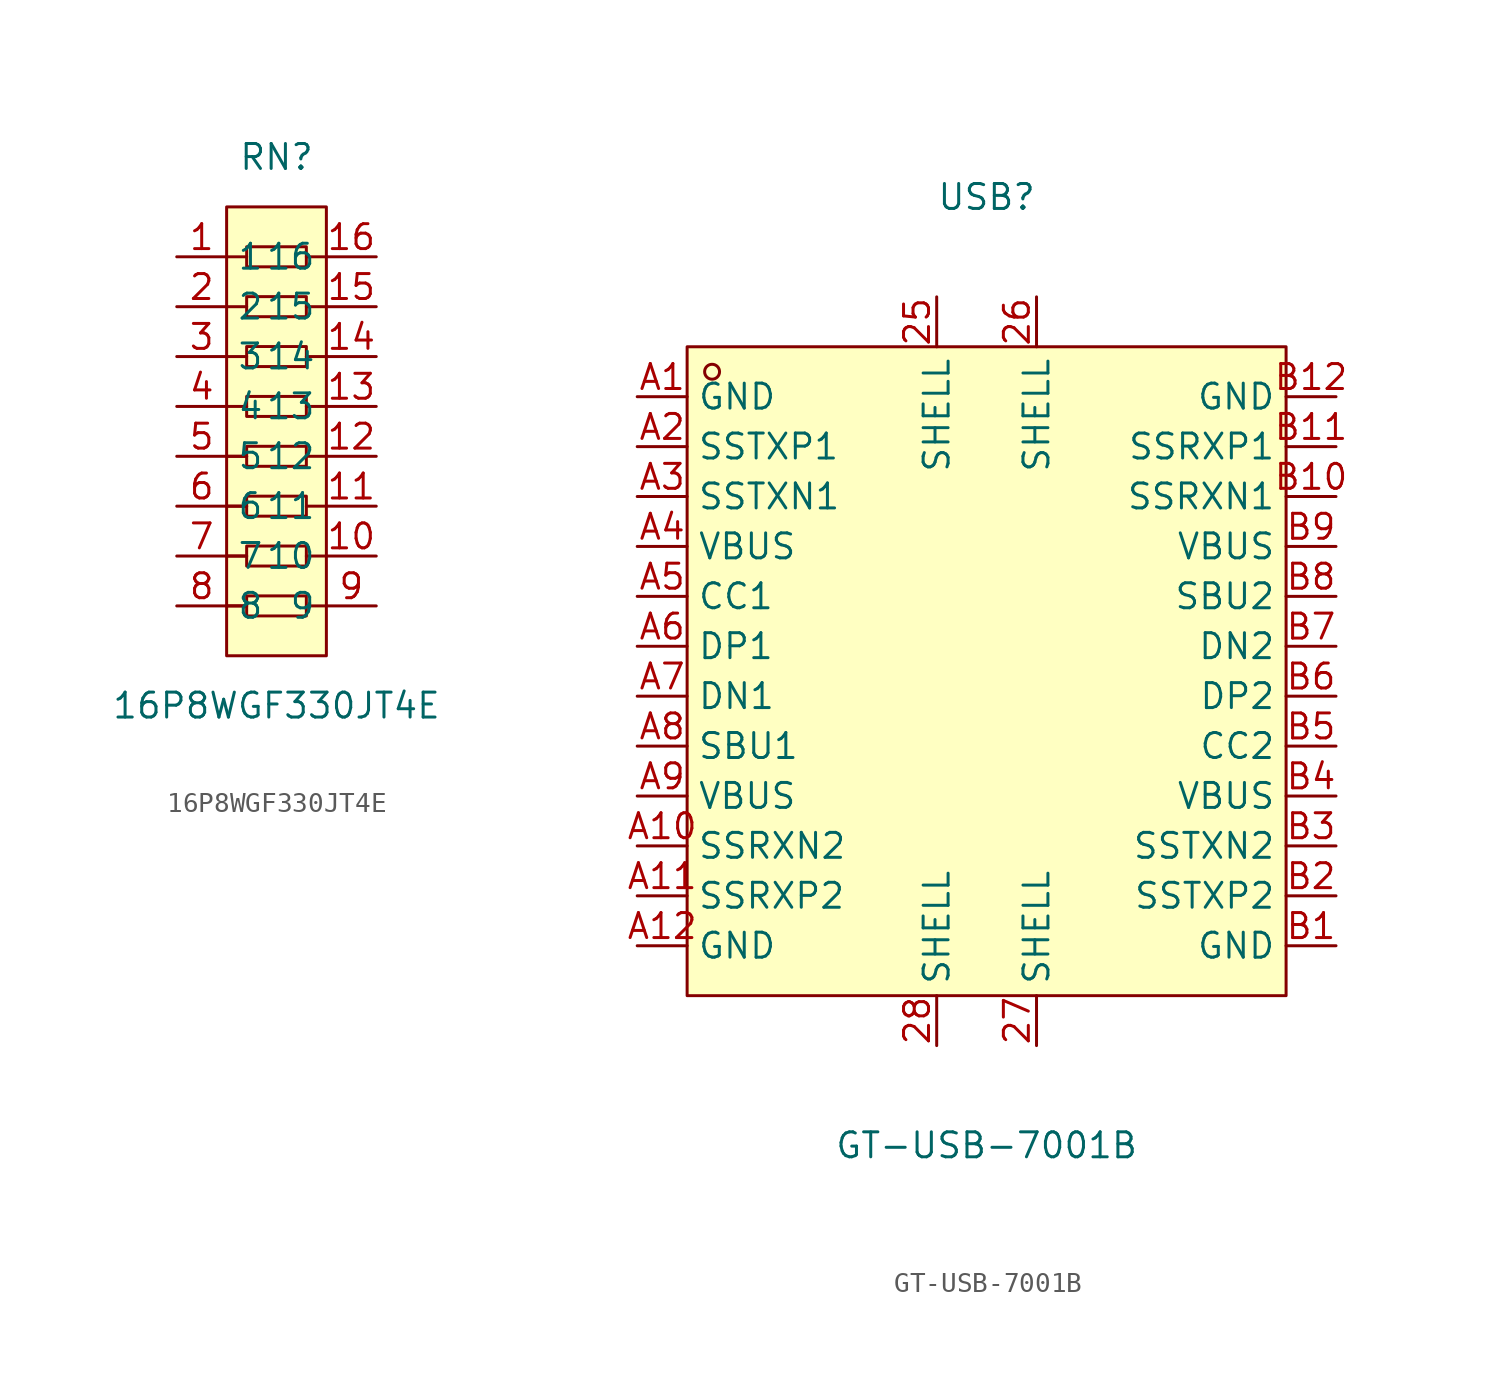
<source format=kicad_sym>
(kicad_symbol_lib
  (version 20211014)
  (generator https://github.com/uPesy/easyeda2kicad.py)
  (symbol "16P8WGF330JT4E"
    (property "Reference" "RN"
      (at 0 13.97 0)
      (effects (font (size 1.27 1.27))))
    (property "Value" "16P8WGF330JT4E"
      (at 0 -13.97 0)
      (effects (font (size 1.27 1.27))))
    (symbol "16P8WGF330JT4E_0_1"
      (rectangle (start -2.54 11.43) (end 2.54 -11.43) (stroke (width 0) (type default) (color 0 0 0 0)) (fill (type background)))
      (rectangle (start -1.52 9.40) (end 1.52 8.38) (stroke (width 0) (type default) (color 0 0 0 0)) (fill (type background)))
      (rectangle (start -1.52 6.86) (end 1.52 5.84) (stroke (width 0) (type default) (color 0 0 0 0)) (fill (type background)))
      (rectangle (start -1.52 4.32) (end 1.52 3.30) (stroke (width 0) (type default) (color 0 0 0 0)) (fill (type background)))
      (rectangle (start -1.52 1.78) (end 1.52 0.76) (stroke (width 0) (type default) (color 0 0 0 0)) (fill (type background)))
      (rectangle (start -1.52 -8.38) (end 1.52 -9.40) (stroke (width 0) (type default) (color 0 0 0 0)) (fill (type background)))
      (rectangle (start -1.52 -5.84) (end 1.52 -6.86) (stroke (width 0) (type default) (color 0 0 0 0)) (fill (type background)))
      (rectangle (start -1.52 -3.30) (end 1.52 -4.32) (stroke (width 0) (type default) (color 0 0 0 0)) (fill (type background)))
      (rectangle (start -1.52 -0.76) (end 1.52 -1.78) (stroke (width 0) (type default) (color 0 0 0 0)) (fill (type background)))
      (polyline (pts (xy -1.52 8.89) (xy -2.54 8.89)) (stroke (width 0) (type default) (color 0 0 0 0)) (fill (type none)))
      (polyline (pts (xy -2.54 6.35) (xy -1.52 6.35)) (stroke (width 0) (type default) (color 0 0 0 0)) (fill (type none)))
      (polyline (pts (xy -2.54 3.81) (xy -1.52 3.81)) (stroke (width 0) (type default) (color 0 0 0 0)) (fill (type none)))
      (polyline (pts (xy -1.52 -8.89) (xy -2.54 -8.89)) (stroke (width 0) (type default) (color 0 0 0 0)) (fill (type none)))
      (polyline (pts (xy -1.52 -6.35) (xy -2.54 -6.35)) (stroke (width 0) (type default) (color 0 0 0 0)) (fill (type none)))
      (polyline (pts (xy -1.52 -3.81) (xy -2.54 -3.81)) (stroke (width 0) (type default) (color 0 0 0 0)) (fill (type none)))
      (polyline (pts (xy -2.54 1.27) (xy -1.52 1.27)) (stroke (width 0) (type default) (color 0 0 0 0)) (fill (type none)))
      (polyline (pts (xy -1.52 -1.27) (xy -2.54 -1.27)) (stroke (width 0) (type default) (color 0 0 0 0)) (fill (type none)))
      (polyline (pts (xy 1.52 -8.89) (xy 2.54 -8.89)) (stroke (width 0) (type default) (color 0 0 0 0)) (fill (type none)))
      (polyline (pts (xy -2.54 -8.89) (xy -1.52 -8.89)) (stroke (width 0) (type default) (color 0 0 0 0)) (fill (type none)))
      (polyline (pts (xy 1.52 -6.35) (xy 2.54 -6.35)) (stroke (width 0) (type default) (color 0 0 0 0)) (fill (type none)))
      (polyline (pts (xy 1.52 -3.81) (xy 2.54 -3.81)) (stroke (width 0) (type default) (color 0 0 0 0)) (fill (type none)))
      (polyline (pts (xy 1.52 -1.27) (xy 2.54 -1.27)) (stroke (width 0) (type default) (color 0 0 0 0)) (fill (type none)))
      (polyline (pts (xy -2.54 -6.35) (xy -1.52 -6.35)) (stroke (width 0) (type default) (color 0 0 0 0)) (fill (type none)))
      (polyline (pts (xy -2.54 -3.81) (xy -1.52 -3.81)) (stroke (width 0) (type default) (color 0 0 0 0)) (fill (type none)))
      (polyline (pts (xy -1.52 -1.27) (xy -2.54 -1.27)) (stroke (width 0) (type default) (color 0 0 0 0)) (fill (type none)))
      (polyline (pts (xy 1.52 3.81) (xy 2.54 3.81)) (stroke (width 0) (type default) (color 0 0 0 0)) (fill (type none)))
      (polyline (pts (xy 1.52 6.35) (xy 2.54 6.35)) (stroke (width 0) (type default) (color 0 0 0 0)) (fill (type none)))
      (polyline (pts (xy 2.54 8.89) (xy 1.52 8.89)) (stroke (width 0) (type default) (color 0 0 0 0)) (fill (type none)))
      (polyline (pts (xy 1.52 1.27) (xy 2.54 1.27)) (stroke (width 0) (type default) (color 0 0 0 0)) (fill (type none)))
      (pin unspecified line (at -5.08 8.89 0) (length 2.54) (name "1" (effects (font (size 1.27 1.27)))) (number "1" (effects (font (size 1.27 1.27)))))
      (pin unspecified line (at -5.08 6.35 0) (length 2.54) (name "2" (effects (font (size 1.27 1.27)))) (number "2" (effects (font (size 1.27 1.27)))))
      (pin unspecified line (at -5.08 3.81 0) (length 2.54) (name "3" (effects (font (size 1.27 1.27)))) (number "3" (effects (font (size 1.27 1.27)))))
      (pin unspecified line (at -5.08 1.27 0) (length 2.54) (name "4" (effects (font (size 1.27 1.27)))) (number "4" (effects (font (size 1.27 1.27)))))
      (pin unspecified line (at -5.08 -1.27 0) (length 2.54) (name "5" (effects (font (size 1.27 1.27)))) (number "5" (effects (font (size 1.27 1.27)))))
      (pin unspecified line (at -5.08 -3.81 0) (length 2.54) (name "6" (effects (font (size 1.27 1.27)))) (number "6" (effects (font (size 1.27 1.27)))))
      (pin unspecified line (at -5.08 -6.35 0) (length 2.54) (name "7" (effects (font (size 1.27 1.27)))) (number "7" (effects (font (size 1.27 1.27)))))
      (pin unspecified line (at -5.08 -8.89 0) (length 2.54) (name "8" (effects (font (size 1.27 1.27)))) (number "8" (effects (font (size 1.27 1.27)))))
      (pin unspecified line (at 5.08 -1.27 180) (length 2.54) (name "12" (effects (font (size 1.27 1.27)))) (number "12" (effects (font (size 1.27 1.27)))))
      (pin unspecified line (at 5.08 -3.81 180) (length 2.54) (name "11" (effects (font (size 1.27 1.27)))) (number "11" (effects (font (size 1.27 1.27)))))
      (pin unspecified line (at 5.08 -6.35 180) (length 2.54) (name "10" (effects (font (size 1.27 1.27)))) (number "10" (effects (font (size 1.27 1.27)))))
      (pin unspecified line (at 5.08 -8.89 180) (length 2.54) (name "9" (effects (font (size 1.27 1.27)))) (number "9" (effects (font (size 1.27 1.27)))))
      (pin unspecified line (at 5.08 1.27 180) (length 2.54) (name "13" (effects (font (size 1.27 1.27)))) (number "13" (effects (font (size 1.27 1.27)))))
      (pin unspecified line (at 5.08 3.81 180) (length 2.54) (name "14" (effects (font (size 1.27 1.27)))) (number "14" (effects (font (size 1.27 1.27)))))
      (pin unspecified line (at 5.08 6.35 180) (length 2.54) (name "15" (effects (font (size 1.27 1.27)))) (number "15" (effects (font (size 1.27 1.27)))))
      (pin unspecified line (at 5.08 8.89 180) (length 2.54) (name "16" (effects (font (size 1.27 1.27)))) (number "16" (effects (font (size 1.27 1.27)))))))
  (symbol "GT-USB-7001B"
    (property "Reference" "USB"
      (at 0 25.40 0)
      (effects (font (size 1.27 1.27))))
    (property "Value" "GT-USB-7001B"
      (at 0 -22.86 0)
      (effects (font (size 1.27 1.27))))
    (symbol "GT-USB-7001B_0_1"
      (rectangle (start -15.24 17.78) (end 15.24 -15.24) (stroke (width 0) (type default) (color 0 0 0 0)) (fill (type background)))
      (circle (center -13.97 16.51) (radius 0.38) (stroke (width 0) (type default) (color 0 0 0 0)) (fill (type none)))
      (pin unspecified line (at 17.78 15.24 180) (length 2.54) (name "GND" (effects (font (size 1.27 1.27)))) (number "B12" (effects (font (size 1.27 1.27)))))
      (pin unspecified line (at 17.78 12.70 180) (length 2.54) (name "SSRXP1" (effects (font (size 1.27 1.27)))) (number "B11" (effects (font (size 1.27 1.27)))))
      (pin unspecified line (at 17.78 10.16 180) (length 2.54) (name "SSRXN1" (effects (font (size 1.27 1.27)))) (number "B10" (effects (font (size 1.27 1.27)))))
      (pin unspecified line (at 17.78 7.62 180) (length 2.54) (name "VBUS" (effects (font (size 1.27 1.27)))) (number "B9" (effects (font (size 1.27 1.27)))))
      (pin unspecified line (at 17.78 5.08 180) (length 2.54) (name "SBU2" (effects (font (size 1.27 1.27)))) (number "B8" (effects (font (size 1.27 1.27)))))
      (pin unspecified line (at 17.78 2.54 180) (length 2.54) (name "DN2" (effects (font (size 1.27 1.27)))) (number "B7" (effects (font (size 1.27 1.27)))))
      (pin unspecified line (at 17.78 -0.00 180) (length 2.54) (name "DP2" (effects (font (size 1.27 1.27)))) (number "B6" (effects (font (size 1.27 1.27)))))
      (pin unspecified line (at 17.78 -2.54 180) (length 2.54) (name "CC2" (effects (font (size 1.27 1.27)))) (number "B5" (effects (font (size 1.27 1.27)))))
      (pin unspecified line (at 17.78 -5.08 180) (length 2.54) (name "VBUS" (effects (font (size 1.27 1.27)))) (number "B4" (effects (font (size 1.27 1.27)))))
      (pin unspecified line (at 17.78 -7.62 180) (length 2.54) (name "SSTXN2" (effects (font (size 1.27 1.27)))) (number "B3" (effects (font (size 1.27 1.27)))))
      (pin unspecified line (at 17.78 -10.16 180) (length 2.54) (name "SSTXP2" (effects (font (size 1.27 1.27)))) (number "B2" (effects (font (size 1.27 1.27)))))
      (pin unspecified line (at 17.78 -12.70 180) (length 2.54) (name "GND" (effects (font (size 1.27 1.27)))) (number "B1" (effects (font (size 1.27 1.27)))))
      (pin unspecified line (at -17.78 -12.70 0) (length 2.54) (name "GND" (effects (font (size 1.27 1.27)))) (number "A12" (effects (font (size 1.27 1.27)))))
      (pin unspecified line (at -17.78 -10.16 0) (length 2.54) (name "SSRXP2" (effects (font (size 1.27 1.27)))) (number "A11" (effects (font (size 1.27 1.27)))))
      (pin unspecified line (at -17.78 -7.62 0) (length 2.54) (name "SSRXN2" (effects (font (size 1.27 1.27)))) (number "A10" (effects (font (size 1.27 1.27)))))
      (pin unspecified line (at -17.78 -5.08 0) (length 2.54) (name "VBUS" (effects (font (size 1.27 1.27)))) (number "A9" (effects (font (size 1.27 1.27)))))
      (pin unspecified line (at -17.78 -2.54 0) (length 2.54) (name "SBU1" (effects (font (size 1.27 1.27)))) (number "A8" (effects (font (size 1.27 1.27)))))
      (pin unspecified line (at -17.78 -0.00 0) (length 2.54) (name "DN1" (effects (font (size 1.27 1.27)))) (number "A7" (effects (font (size 1.27 1.27)))))
      (pin unspecified line (at -17.78 2.54 0) (length 2.54) (name "DP1" (effects (font (size 1.27 1.27)))) (number "A6" (effects (font (size 1.27 1.27)))))
      (pin unspecified line (at -17.78 5.08 0) (length 2.54) (name "CC1" (effects (font (size 1.27 1.27)))) (number "A5" (effects (font (size 1.27 1.27)))))
      (pin unspecified line (at -17.78 7.62 0) (length 2.54) (name "VBUS" (effects (font (size 1.27 1.27)))) (number "A4" (effects (font (size 1.27 1.27)))))
      (pin unspecified line (at -17.78 10.16 0) (length 2.54) (name "SSTXN1" (effects (font (size 1.27 1.27)))) (number "A3" (effects (font (size 1.27 1.27)))))
      (pin unspecified line (at -17.78 12.70 0) (length 2.54) (name "SSTXP1" (effects (font (size 1.27 1.27)))) (number "A2" (effects (font (size 1.27 1.27)))))
      (pin unspecified line (at -17.78 15.24 0) (length 2.54) (name "GND" (effects (font (size 1.27 1.27)))) (number "A1" (effects (font (size 1.27 1.27)))))
      (pin unspecified line (at -2.54 -17.78 90) (length 2.54) (name "SHELL" (effects (font (size 1.27 1.27)))) (number "28" (effects (font (size 1.27 1.27)))))
      (pin unspecified line (at 2.54 -17.78 90) (length 2.54) (name "SHELL" (effects (font (size 1.27 1.27)))) (number "27" (effects (font (size 1.27 1.27)))))
      (pin unspecified line (at 2.54 20.32 270) (length 2.54) (name "SHELL" (effects (font (size 1.27 1.27)))) (number "26" (effects (font (size 1.27 1.27)))))
      (pin unspecified line (at -2.54 20.32 270) (length 2.54) (name "SHELL" (effects (font (size 1.27 1.27)))) (number "25" (effects (font (size 1.27 1.27))))))))
</source>
